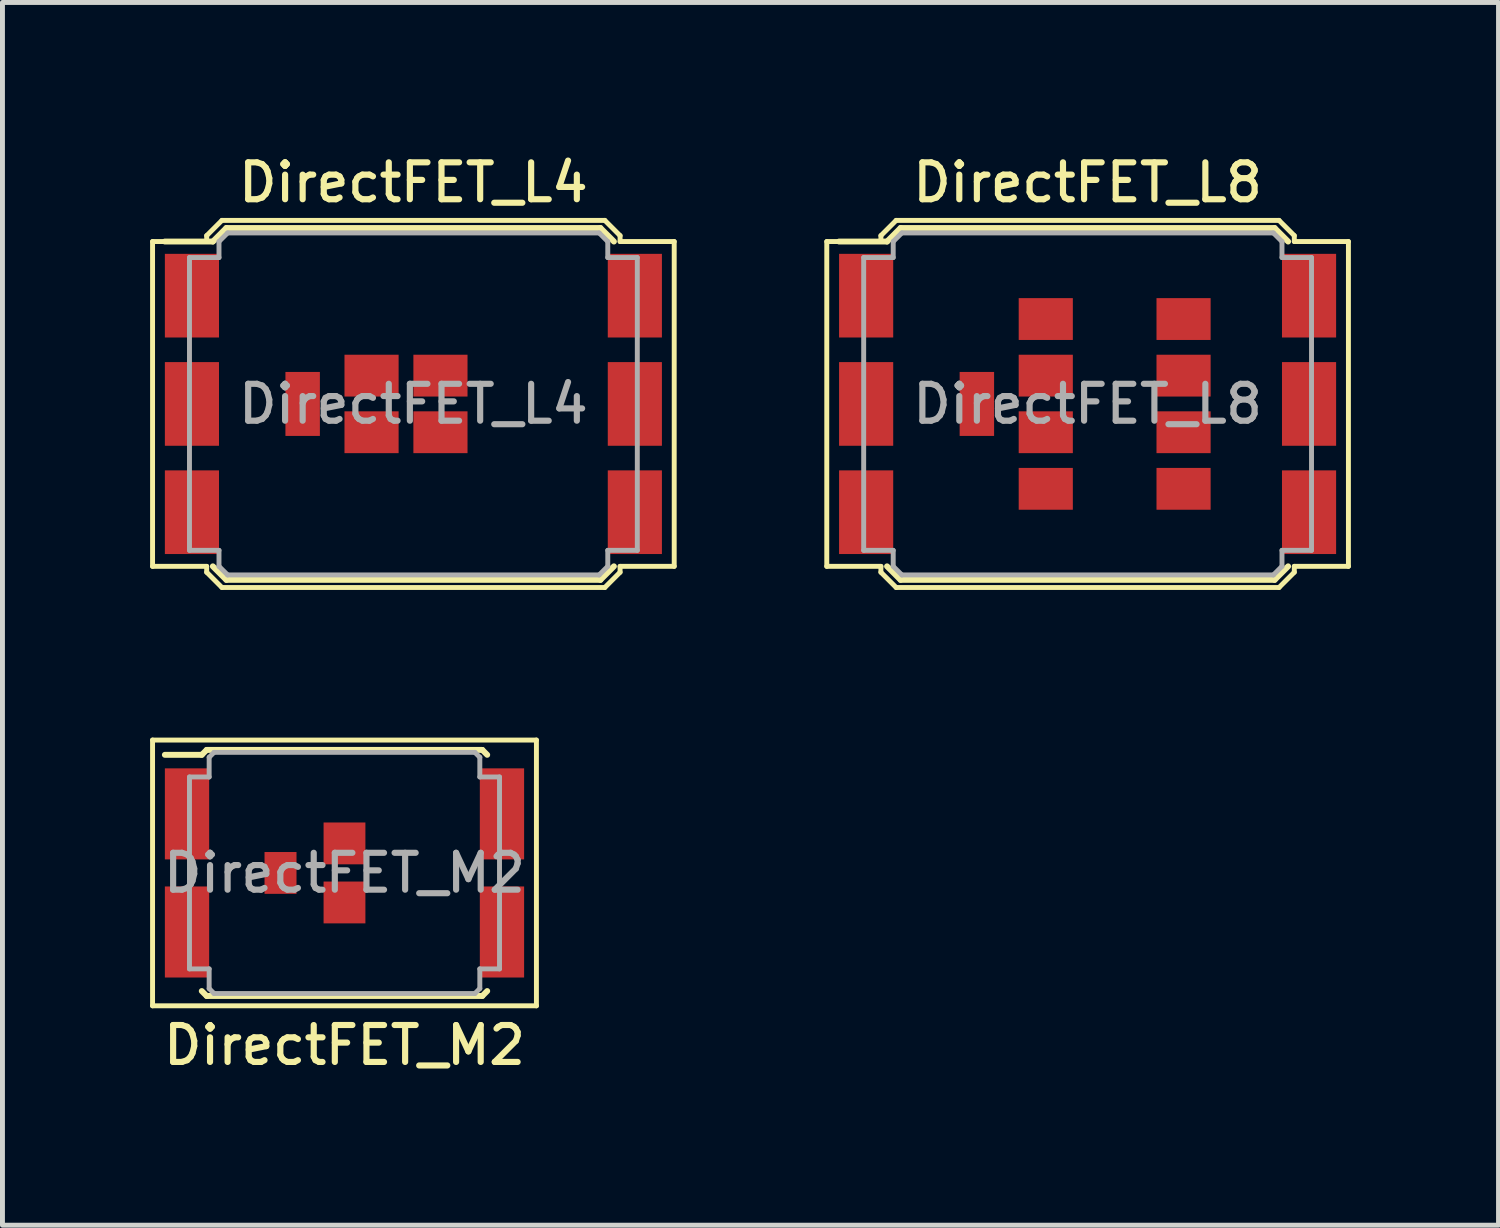
<source format=kicad_pcb>
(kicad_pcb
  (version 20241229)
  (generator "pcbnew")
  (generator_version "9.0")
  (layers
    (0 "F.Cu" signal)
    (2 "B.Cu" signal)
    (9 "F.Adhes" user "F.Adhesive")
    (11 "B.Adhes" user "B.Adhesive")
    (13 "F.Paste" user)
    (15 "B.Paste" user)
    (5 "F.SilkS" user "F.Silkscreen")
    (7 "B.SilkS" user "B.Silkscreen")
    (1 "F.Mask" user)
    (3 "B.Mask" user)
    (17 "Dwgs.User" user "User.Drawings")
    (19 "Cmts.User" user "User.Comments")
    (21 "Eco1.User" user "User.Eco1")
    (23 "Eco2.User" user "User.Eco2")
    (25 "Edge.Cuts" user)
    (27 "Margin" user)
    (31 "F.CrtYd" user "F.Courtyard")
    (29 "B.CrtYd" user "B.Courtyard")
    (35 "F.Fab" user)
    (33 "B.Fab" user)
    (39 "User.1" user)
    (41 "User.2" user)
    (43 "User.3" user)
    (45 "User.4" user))
  (footprint "DirectFET_L8"
    (layer "F.Cu")
    (at 19.05 5.158)
    (property "Reference" "DirectFET_L8" (at 0 -4.5 0) (layer "F.SilkS") (effects (font (size 0.75 0.75) (thickness 0.125))))
    (attr smd)
    (fp_line (start -5.3 -3.3) (end -5.3 3.3) (stroke (width 0.1) (type solid)) (layer "F.SilkS"))
    (fp_line (start -5.05 -3.3) (end -4.075 -3.3) (stroke (width 0.12) (type solid)) (layer "F.SilkS"))
    (fp_line (start -4.2 -3.42) (end -3.89 -3.73) (stroke (width 0.1) (type solid)) (layer "F.SilkS"))
    (fp_line (start -4.2 -3.3) (end -5.3 -3.3) (stroke (width 0.1) (type solid)) (layer "F.SilkS"))
    (fp_line (start -4.2 -3.3) (end -4.2 -3.42) (stroke (width 0.1) (type solid)) (layer "F.SilkS"))
    (fp_line (start -4.2 3.3) (end -5.3 3.3) (stroke (width 0.1) (type solid)) (layer "F.SilkS"))
    (fp_line (start -4.2 3.3) (end -4.2 3.42) (stroke (width 0.1) (type solid)) (layer "F.SilkS"))
    (fp_line (start -4.2 3.42) (end -3.89 3.73) (stroke (width 0.1) (type solid)) (layer "F.SilkS"))
    (fp_line (start -4.075 -3.3) (end -3.8 -3.575) (stroke (width 0.12) (type solid)) (layer "F.SilkS"))
    (fp_line (start -4.075 3.3) (end -3.8 3.575) (stroke (width 0.12) (type solid)) (layer "F.SilkS"))
    (fp_line (start 3.8 -3.575) (end -3.8 -3.575) (stroke (width 0.12) (type solid)) (layer "F.SilkS"))
    (fp_line (start 3.8 3.575) (end -3.8 3.575) (stroke (width 0.12) (type solid)) (layer "F.SilkS"))
    (fp_line (start 3.89 -3.73) (end -3.89 -3.73) (stroke (width 0.1) (type solid)) (layer "F.SilkS"))
    (fp_line (start 3.89 3.73) (end -3.89 3.73) (stroke (width 0.1) (type solid)) (layer "F.SilkS"))
    (fp_line (start 4.075 -3.3) (end 3.8 -3.575) (stroke (width 0.12) (type solid)) (layer "F.SilkS"))
    (fp_line (start 4.075 3.3) (end 3.8 3.575) (stroke (width 0.12) (type solid)) (layer "F.SilkS"))
    (fp_line (start 4.2 -3.42) (end 3.89 -3.73) (stroke (width 0.1) (type solid)) (layer "F.SilkS"))
    (fp_line (start 4.2 -3.3) (end 4.2 -3.42) (stroke (width 0.1) (type solid)) (layer "F.SilkS"))
    (fp_line (start 4.2 -3.3) (end 5.3 -3.3) (stroke (width 0.1) (type solid)) (layer "F.SilkS"))
    (fp_line (start 4.2 3.3) (end 4.2 3.42) (stroke (width 0.1) (type solid)) (layer "F.SilkS"))
    (fp_line (start 4.2 3.3) (end 5.3 3.3) (stroke (width 0.1) (type solid)) (layer "F.SilkS"))
    (fp_line (start 4.2 3.42) (end 3.89 3.73) (stroke (width 0.1) (type solid)) (layer "F.SilkS"))
    (fp_line (start 5.3 -3.3) (end 5.3 3.3) (stroke (width 0.1) (type solid)) (layer "F.SilkS"))
    (fp_line (start -4.55 -2.975) (end -4.55 2.975) (stroke (width 0.1) (type solid)) (layer "F.Fab"))
    (fp_line (start -4.55 -2.975) (end -3.95 -2.975) (stroke (width 0.1) (type solid)) (layer "F.Fab"))
    (fp_line (start -4.55 2.975) (end -3.95 2.975) (stroke (width 0.1) (type solid)) (layer "F.Fab"))
    (fp_line (start -3.95 -3.3) (end -3.775 -3.475) (stroke (width 0.1) (type solid)) (layer "F.Fab"))
    (fp_line (start -3.95 -2.975) (end -3.95 -3.3) (stroke (width 0.1) (type solid)) (layer "F.Fab"))
    (fp_line (start -3.95 2.975) (end -3.95 3.3) (stroke (width 0.1) (type solid)) (layer "F.Fab"))
    (fp_line (start -3.95 3.3) (end -3.775 3.475) (stroke (width 0.1) (type solid)) (layer "F.Fab"))
    (fp_line (start 3.775 -3.475) (end -3.775 -3.475) (stroke (width 0.1) (type solid)) (layer "F.Fab"))
    (fp_line (start 3.775 3.475) (end -3.775 3.475) (stroke (width 0.1) (type solid)) (layer "F.Fab"))
    (fp_line (start 3.95 -3.3) (end 3.775 -3.475) (stroke (width 0.1) (type solid)) (layer "F.Fab"))
    (fp_line (start 3.95 -2.975) (end 3.95 -3.3) (stroke (width 0.1) (type solid)) (layer "F.Fab"))
    (fp_line (start 3.95 2.975) (end 3.95 3.3) (stroke (width 0.1) (type solid)) (layer "F.Fab"))
    (fp_line (start 3.95 3.3) (end 3.775 3.475) (stroke (width 0.1) (type solid)) (layer "F.Fab"))
    (fp_line (start 4.55 -2.975) (end 3.95 -2.975) (stroke (width 0.1) (type solid)) (layer "F.Fab"))
    (fp_line (start 4.55 -2.975) (end 4.55 2.975) (stroke (width 0.1) (type solid)) (layer "F.Fab"))
    (fp_line (start 4.55 2.975) (end 3.95 2.975) (stroke (width 0.1) (type solid)) (layer "F.Fab"))
    (fp_text user "${REFERENCE}" (at 0 0 0) (layer "F.Fab") (effects (font (size 0.75 0.75) (thickness 0.125))))
    (pad "1" smd rect (at -4.5 -2.2) (size 1.1 1.7) (layers "F.Cu" "F.Mask" "F.Paste"))
    (pad "1" smd rect (at -4.5 0) (size 1.1 1.7) (layers "F.Cu" "F.Mask" "F.Paste"))
    (pad "1" smd rect (at -4.5 2.2) (size 1.1 1.7) (layers "F.Cu" "F.Mask" "F.Paste"))
    (pad "1" smd rect (at 4.5 -2.2) (size 1.1 1.7) (layers "F.Cu" "F.Mask" "F.Paste"))
    (pad "1" smd rect (at 4.5 0) (size 1.1 1.7) (layers "F.Cu" "F.Mask" "F.Paste"))
    (pad "1" smd rect (at 4.5 2.2) (size 1.1 1.7) (layers "F.Cu" "F.Mask" "F.Paste"))
    (pad "2" smd rect (at -2.25 0) (size 0.7 1.3) (layers "F.Cu" "F.Mask" "F.Paste"))
    (pad "3" smd rect (at -0.85 -1.725) (size 1.1 0.85) (layers "F.Cu" "F.Mask" "F.Paste"))
    (pad "3" smd rect (at -0.85 -0.575) (size 1.1 0.85) (layers "F.Cu" "F.Mask" "F.Paste"))
    (pad "3" smd rect (at -0.85 0.575) (size 1.1 0.85) (layers "F.Cu" "F.Mask" "F.Paste"))
    (pad "3" smd rect (at -0.85 1.725) (size 1.1 0.85) (layers "F.Cu" "F.Mask" "F.Paste"))
    (pad "3" smd rect (at 1.95 -1.725) (size 1.1 0.85) (layers "F.Cu" "F.Mask" "F.Paste"))
    (pad "3" smd rect (at 1.95 -0.575) (size 1.1 0.85) (layers "F.Cu" "F.Mask" "F.Paste"))
    (pad "3" smd rect (at 1.95 0.575) (size 1.1 0.85) (layers "F.Cu" "F.Mask" "F.Paste"))
    (pad "3" smd rect (at 1.95 1.725) (size 1.1 0.85) (layers "F.Cu" "F.Mask" "F.Paste")))
  (footprint "DirectFET_L4"
    (layer "F.Cu")
    (at 5.35 5.158)
    (property "Reference" "DirectFET_L4" (at 0 -4.5 0) (layer "F.SilkS") (effects (font (size 0.75 0.75) (thickness 0.125))))
    (attr smd)
    (fp_line (start -5.3 -3.3) (end -5.3 3.3) (stroke (width 0.1) (type solid)) (layer "F.SilkS"))
    (fp_line (start -5.05 -3.3) (end -4.075 -3.3) (stroke (width 0.12) (type solid)) (layer "F.SilkS"))
    (fp_line (start -4.2 -3.42) (end -3.89 -3.73) (stroke (width 0.1) (type solid)) (layer "F.SilkS"))
    (fp_line (start -4.2 -3.3) (end -5.3 -3.3) (stroke (width 0.1) (type solid)) (layer "F.SilkS"))
    (fp_line (start -4.2 -3.3) (end -4.2 -3.42) (stroke (width 0.1) (type solid)) (layer "F.SilkS"))
    (fp_line (start -4.2 3.3) (end -5.3 3.3) (stroke (width 0.1) (type solid)) (layer "F.SilkS"))
    (fp_line (start -4.2 3.3) (end -4.2 3.42) (stroke (width 0.1) (type solid)) (layer "F.SilkS"))
    (fp_line (start -4.2 3.42) (end -3.89 3.73) (stroke (width 0.1) (type solid)) (layer "F.SilkS"))
    (fp_line (start -4.075 -3.3) (end -3.8 -3.575) (stroke (width 0.12) (type solid)) (layer "F.SilkS"))
    (fp_line (start -4.075 3.3) (end -3.8 3.575) (stroke (width 0.12) (type solid)) (layer "F.SilkS"))
    (fp_line (start 3.8 -3.575) (end -3.8 -3.575) (stroke (width 0.12) (type solid)) (layer "F.SilkS"))
    (fp_line (start 3.8 3.575) (end -3.8 3.575) (stroke (width 0.12) (type solid)) (layer "F.SilkS"))
    (fp_line (start 3.89 -3.73) (end -3.89 -3.73) (stroke (width 0.1) (type solid)) (layer "F.SilkS"))
    (fp_line (start 3.89 3.73) (end -3.89 3.73) (stroke (width 0.1) (type solid)) (layer "F.SilkS"))
    (fp_line (start 4.075 -3.3) (end 3.8 -3.575) (stroke (width 0.12) (type solid)) (layer "F.SilkS"))
    (fp_line (start 4.075 3.3) (end 3.8 3.575) (stroke (width 0.12) (type solid)) (layer "F.SilkS"))
    (fp_line (start 4.2 -3.42) (end 3.89 -3.73) (stroke (width 0.1) (type solid)) (layer "F.SilkS"))
    (fp_line (start 4.2 -3.3) (end 4.2 -3.42) (stroke (width 0.1) (type solid)) (layer "F.SilkS"))
    (fp_line (start 4.2 -3.3) (end 5.3 -3.3) (stroke (width 0.1) (type solid)) (layer "F.SilkS"))
    (fp_line (start 4.2 3.3) (end 4.2 3.42) (stroke (width 0.1) (type solid)) (layer "F.SilkS"))
    (fp_line (start 4.2 3.3) (end 5.3 3.3) (stroke (width 0.1) (type solid)) (layer "F.SilkS"))
    (fp_line (start 4.2 3.42) (end 3.89 3.73) (stroke (width 0.1) (type solid)) (layer "F.SilkS"))
    (fp_line (start 5.3 -3.3) (end 5.3 3.3) (stroke (width 0.1) (type solid)) (layer "F.SilkS"))
    (fp_line (start -4.55 -2.975) (end -4.55 2.975) (stroke (width 0.1) (type solid)) (layer "F.Fab"))
    (fp_line (start -4.55 -2.975) (end -3.95 -2.975) (stroke (width 0.1) (type solid)) (layer "F.Fab"))
    (fp_line (start -4.55 2.975) (end -3.95 2.975) (stroke (width 0.1) (type solid)) (layer "F.Fab"))
    (fp_line (start -3.95 -3.3) (end -3.775 -3.475) (stroke (width 0.1) (type solid)) (layer "F.Fab"))
    (fp_line (start -3.95 -2.975) (end -3.95 -3.3) (stroke (width 0.1) (type solid)) (layer "F.Fab"))
    (fp_line (start -3.95 2.975) (end -3.95 3.3) (stroke (width 0.1) (type solid)) (layer "F.Fab"))
    (fp_line (start -3.95 3.3) (end -3.775 3.475) (stroke (width 0.1) (type solid)) (layer "F.Fab"))
    (fp_line (start 3.775 -3.475) (end -3.775 -3.475) (stroke (width 0.1) (type solid)) (layer "F.Fab"))
    (fp_line (start 3.775 3.475) (end -3.775 3.475) (stroke (width 0.1) (type solid)) (layer "F.Fab"))
    (fp_line (start 3.95 -3.3) (end 3.775 -3.475) (stroke (width 0.1) (type solid)) (layer "F.Fab"))
    (fp_line (start 3.95 -2.975) (end 3.95 -3.3) (stroke (width 0.1) (type solid)) (layer "F.Fab"))
    (fp_line (start 3.95 2.975) (end 3.95 3.3) (stroke (width 0.1) (type solid)) (layer "F.Fab"))
    (fp_line (start 3.95 3.3) (end 3.775 3.475) (stroke (width 0.1) (type solid)) (layer "F.Fab"))
    (fp_line (start 4.55 -2.975) (end 3.95 -2.975) (stroke (width 0.1) (type solid)) (layer "F.Fab"))
    (fp_line (start 4.55 -2.975) (end 4.55 2.975) (stroke (width 0.1) (type solid)) (layer "F.Fab"))
    (fp_line (start 4.55 2.975) (end 3.95 2.975) (stroke (width 0.1) (type solid)) (layer "F.Fab"))
    (fp_text user "${REFERENCE}" (at 0 0 0) (layer "F.Fab") (effects (font (size 0.75 0.75) (thickness 0.125))))
    (pad "1" smd rect (at -4.5 -2.2) (size 1.1 1.7) (layers "F.Cu" "F.Mask" "F.Paste"))
    (pad "1" smd rect (at -4.5 0) (size 1.1 1.7) (layers "F.Cu" "F.Mask" "F.Paste"))
    (pad "1" smd rect (at -4.5 2.2) (size 1.1 1.7) (layers "F.Cu" "F.Mask" "F.Paste"))
    (pad "1" smd rect (at 4.5 -2.2) (size 1.1 1.7) (layers "F.Cu" "F.Mask" "F.Paste"))
    (pad "1" smd rect (at 4.5 0) (size 1.1 1.7) (layers "F.Cu" "F.Mask" "F.Paste"))
    (pad "1" smd rect (at 4.5 2.2) (size 1.1 1.7) (layers "F.Cu" "F.Mask" "F.Paste"))
    (pad "2" smd rect (at -2.25 0) (size 0.7 1.3) (layers "F.Cu" "F.Mask" "F.Paste"))
    (pad "3" smd rect (at -0.85 -0.575) (size 1.1 0.85) (layers "F.Cu" "F.Mask" "F.Paste"))
    (pad "3" smd rect (at -0.85 0.575) (size 1.1 0.85) (layers "F.Cu" "F.Mask" "F.Paste"))
    (pad "3" smd rect (at 0.55 -0.575) (size 1.1 0.85) (layers "F.Cu" "F.Mask" "F.Paste"))
    (pad "3" smd rect (at 0.55 0.575) (size 1.1 0.85) (layers "F.Cu" "F.Mask" "F.Paste")))
  (footprint "DirectFET_M2"
    (layer "F.Cu")
    (at 3.95 14.688)
    (property "Reference" "DirectFET_M2" (at 0 3.5 0) (layer "F.SilkS") (effects (font (size 0.75 0.75) (thickness 0.125))))
    (attr smd)
    (fp_line (start -3.9 -2.7) (end -3.9 2.7) (stroke (width 0.1) (type solid)) (layer "F.SilkS"))
    (fp_line (start -3.9 2.7) (end 3.9 2.7) (stroke (width 0.1) (type solid)) (layer "F.SilkS"))
    (fp_line (start -3.65 -2.4) (end -2.9 -2.4) (stroke (width 0.12) (type solid)) (layer "F.SilkS"))
    (fp_line (start -2.9 -2.4) (end -2.8 -2.5) (stroke (width 0.12) (type solid)) (layer "F.SilkS"))
    (fp_line (start -2.8 -2.5) (end 2.8 -2.5) (stroke (width 0.12) (type solid)) (layer "F.SilkS"))
    (fp_line (start -2.8 2.5) (end -2.9 2.4) (stroke (width 0.12) (type solid)) (layer "F.SilkS"))
    (fp_line (start 2.8 -2.5) (end 2.9 -2.4) (stroke (width 0.12) (type solid)) (layer "F.SilkS"))
    (fp_line (start 2.8 2.5) (end -2.8 2.5) (stroke (width 0.12) (type solid)) (layer "F.SilkS"))
    (fp_line (start 2.9 2.4) (end 2.8 2.5) (stroke (width 0.12) (type solid)) (layer "F.SilkS"))
    (fp_line (start 3.9 -2.7) (end -3.9 -2.7) (stroke (width 0.1) (type solid)) (layer "F.SilkS"))
    (fp_line (start 3.9 2.7) (end 3.9 -2.7) (stroke (width 0.1) (type solid)) (layer "F.SilkS"))
    (fp_line (start -3.15 -1.95) (end -2.75 -1.95) (stroke (width 0.1) (type solid)) (layer "F.Fab"))
    (fp_line (start -3.15 1.95) (end -3.15 -1.95) (stroke (width 0.1) (type solid)) (layer "F.Fab"))
    (fp_line (start -3.15 1.95) (end -2.75 1.95) (stroke (width 0.1) (type solid)) (layer "F.Fab"))
    (fp_line (start -2.75 -2.35) (end -2.65 -2.45) (stroke (width 0.1) (type solid)) (layer "F.Fab"))
    (fp_line (start -2.75 -1.95) (end -2.75 -2.35) (stroke (width 0.1) (type solid)) (layer "F.Fab"))
    (fp_line (start -2.75 1.95) (end -2.75 2.35) (stroke (width 0.1) (type solid)) (layer "F.Fab"))
    (fp_line (start -2.75 2.35) (end -2.65 2.45) (stroke (width 0.1) (type solid)) (layer "F.Fab"))
    (fp_line (start -2.65 2.45) (end 2.65 2.45) (stroke (width 0.1) (type solid)) (layer "F.Fab"))
    (fp_line (start 2.65 -2.45) (end -2.65 -2.45) (stroke (width 0.1) (type solid)) (layer "F.Fab"))
    (fp_line (start 2.65 -2.45) (end 2.75 -2.35) (stroke (width 0.1) (type solid)) (layer "F.Fab"))
    (fp_line (start 2.75 -2.35) (end 2.75 -1.95) (stroke (width 0.1) (type solid)) (layer "F.Fab"))
    (fp_line (start 2.75 -1.95) (end 3.15 -1.95) (stroke (width 0.1) (type solid)) (layer "F.Fab"))
    (fp_line (start 2.75 1.95) (end 2.75 2.35) (stroke (width 0.1) (type solid)) (layer "F.Fab"))
    (fp_line (start 2.75 2.35) (end 2.65 2.45) (stroke (width 0.1) (type solid)) (layer "F.Fab"))
    (fp_line (start 3.15 -1.95) (end 3.15 1.95) (stroke (width 0.1) (type solid)) (layer "F.Fab"))
    (fp_line (start 3.15 1.95) (end 2.75 1.95) (stroke (width 0.1) (type solid)) (layer "F.Fab"))
    (fp_text user "${REFERENCE}" (at 0 0 0) (layer "F.Fab") (effects (font (size 0.75 0.75) (thickness 0.125))))
    (pad "1" smd rect (at -3.2 -1.2) (size 0.9 1.85) (layers "F.Cu" "F.Mask" "F.Paste"))
    (pad "1" smd rect (at -3.2 1.2) (size 0.9 1.85) (layers "F.Cu" "F.Mask" "F.Paste"))
    (pad "1" smd rect (at 3.2 -1.2) (size 0.9 1.85) (layers "F.Cu" "F.Mask" "F.Paste"))
    (pad "1" smd rect (at 3.2 1.2) (size 0.9 1.85) (layers "F.Cu" "F.Mask" "F.Paste"))
    (pad "2" smd rect (at -1.3 0) (size 0.65 0.85) (layers "F.Cu" "F.Mask" "F.Paste"))
    (pad "3" smd rect (at 0 -0.6) (size 0.85 0.85) (layers "F.Cu" "F.Mask" "F.Paste"))
    (pad "3" smd rect (at 0 0.6) (size 0.85 0.85) (layers "F.Cu" "F.Mask" "F.Paste")))
  (gr_rect
    (start -3 -3)
    (end 27.4 21.846)
    (stroke (width 0.1) (type default))
    (fill no)
    (layer "Edge.Cuts")))
</source>
